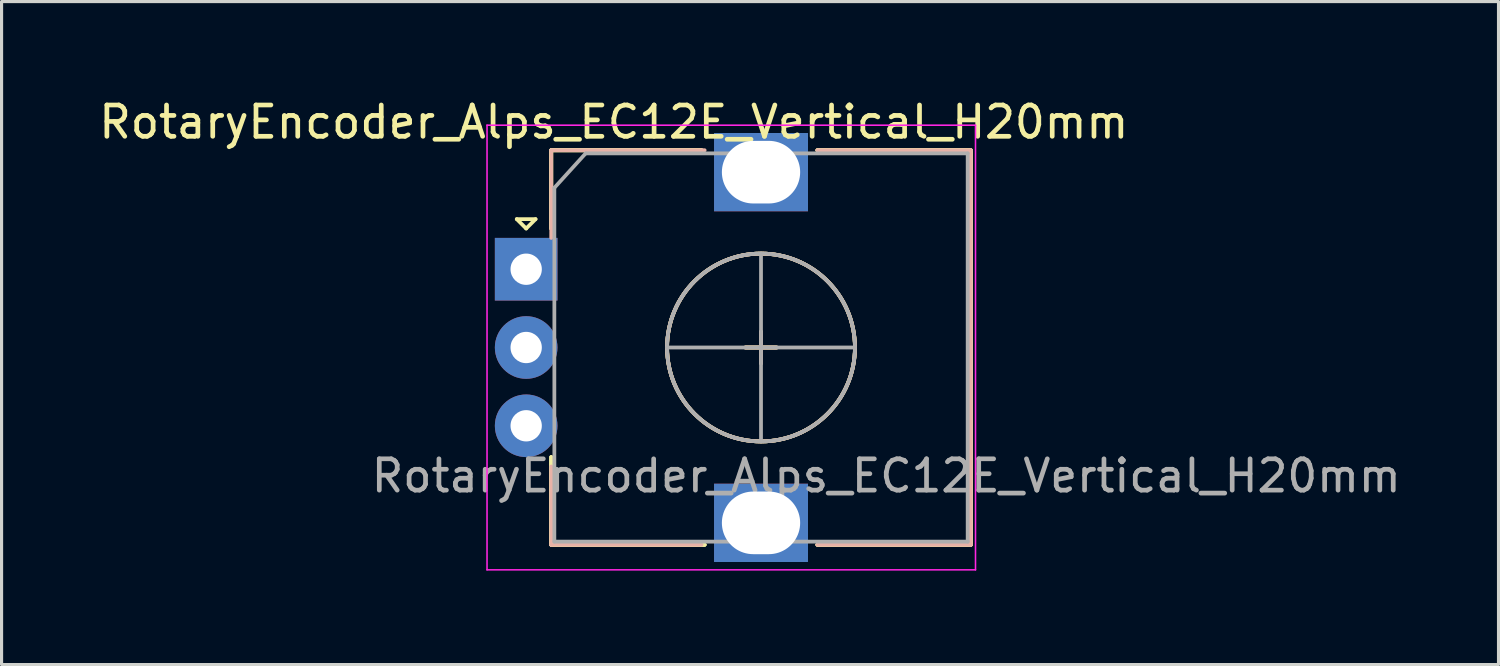
<source format=kicad_pcb>
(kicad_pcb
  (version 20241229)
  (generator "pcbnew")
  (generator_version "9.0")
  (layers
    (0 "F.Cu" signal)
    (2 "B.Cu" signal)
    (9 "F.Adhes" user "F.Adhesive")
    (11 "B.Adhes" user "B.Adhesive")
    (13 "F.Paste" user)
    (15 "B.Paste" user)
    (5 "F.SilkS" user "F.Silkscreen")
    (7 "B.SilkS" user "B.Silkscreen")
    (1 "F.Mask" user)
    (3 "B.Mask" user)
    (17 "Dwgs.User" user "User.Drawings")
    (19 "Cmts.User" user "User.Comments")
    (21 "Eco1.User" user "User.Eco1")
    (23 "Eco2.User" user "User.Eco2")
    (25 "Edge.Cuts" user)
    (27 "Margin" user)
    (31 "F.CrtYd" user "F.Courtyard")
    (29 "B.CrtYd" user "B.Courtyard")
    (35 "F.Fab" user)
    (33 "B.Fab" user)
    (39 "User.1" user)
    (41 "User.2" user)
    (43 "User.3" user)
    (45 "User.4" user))
  (footprint "RotaryEncoder_Alps_EC12E_Vertical_H20mm"
    (layer "F.Cu")
    (at 13.754 5.548)
    (property "Reference" "RotaryEncoder_Alps_EC12E_Vertical_H20mm" (at 2.8 -4.7 180) (layer "F.SilkS") (effects (font (size 1 1) (thickness 0.15))))
    (attr through_hole)
    (fp_line (start -0.3 -1.6) (end 0.3 -1.6) (stroke (width 0.12) (type solid)) (layer "F.SilkS"))
    (fp_line (start 0 -1.3) (end -0.3 -1.6) (stroke (width 0.12) (type solid)) (layer "F.SilkS"))
    (fp_line (start 0.3 -1.6) (end 0 -1.3) (stroke (width 0.12) (type solid)) (layer "F.SilkS"))
    (fp_line (start 0.8 -3.8) (end 0.8 -1.3) (stroke (width 0.12) (type solid)) (layer "F.SilkS"))
    (fp_line (start 0.8 -3.8) (end 0.8 -1.3) (stroke (width 0.12) (type solid)) (layer "F.SilkS"))
    (fp_line (start 0.8 -3.8) (end 0.8 -1.3) (stroke (width 0.12) (type solid)) (layer "F.SilkS"))
    (fp_line (start 0.8 8.8) (end 0.8 6) (stroke (width 0.12) (type solid)) (layer "F.SilkS"))
    (fp_line (start 0.8 8.8) (end 0.8 6) (stroke (width 0.12) (type solid)) (layer "F.SilkS"))
    (fp_line (start 0.8 8.8) (end 0.8 6) (stroke (width 0.12) (type solid)) (layer "F.SilkS"))
    (fp_line (start 5.6 -3.8) (end 0.8 -3.8) (stroke (width 0.12) (type solid)) (layer "F.SilkS"))
    (fp_line (start 5.6 -3.8) (end 0.8 -3.8) (stroke (width 0.12) (type solid)) (layer "F.SilkS"))
    (fp_line (start 5.6 -3.8) (end 0.8 -3.8) (stroke (width 0.12) (type solid)) (layer "F.SilkS"))
    (fp_line (start 5.7 8.8) (end 0.8 8.8) (stroke (width 0.12) (type solid)) (layer "F.SilkS"))
    (fp_line (start 5.7 8.8) (end 0.8 8.8) (stroke (width 0.12) (type solid)) (layer "F.SilkS"))
    (fp_line (start 5.7 8.8) (end 0.8 8.8) (stroke (width 0.12) (type solid)) (layer "F.SilkS"))
    (fp_line (start 7 2.5) (end 8 2.5) (stroke (width 0.12) (type solid)) (layer "F.SilkS"))
    (fp_line (start 7 2.5) (end 8 2.5) (stroke (width 0.12) (type solid)) (layer "F.SilkS"))
    (fp_line (start 7.5 2) (end 7.5 3) (stroke (width 0.12) (type solid)) (layer "F.SilkS"))
    (fp_line (start 7.5 2) (end 7.5 3) (stroke (width 0.12) (type solid)) (layer "F.SilkS"))
    (fp_line (start 9.3 -3.8) (end 14.2 -3.8) (stroke (width 0.12) (type solid)) (layer "F.SilkS"))
    (fp_line (start 9.3 -3.8) (end 14.2 -3.8) (stroke (width 0.12) (type solid)) (layer "F.SilkS"))
    (fp_line (start 9.3 -3.8) (end 14.2 -3.8) (stroke (width 0.12) (type solid)) (layer "F.SilkS"))
    (fp_line (start 14.2 -3.8) (end 14.2 8.8) (stroke (width 0.12) (type solid)) (layer "F.SilkS"))
    (fp_line (start 14.2 -3.8) (end 14.2 8.8) (stroke (width 0.12) (type solid)) (layer "F.SilkS"))
    (fp_line (start 14.2 -3.8) (end 14.2 8.8) (stroke (width 0.12) (type solid)) (layer "F.SilkS"))
    (fp_line (start 14.2 8.8) (end 9.3 8.8) (stroke (width 0.12) (type solid)) (layer "F.SilkS"))
    (fp_line (start 14.2 8.8) (end 9.3 8.8) (stroke (width 0.12) (type solid)) (layer "F.SilkS"))
    (fp_line (start 14.2 8.8) (end 9.3 8.8) (stroke (width 0.12) (type solid)) (layer "F.SilkS"))
    (fp_circle (center 7.5 2.5) (end 10.5 2.5) (stroke (width 0.12) (type solid)) (fill no) (layer "F.SilkS"))
    (fp_circle (center 7.5 2.5) (end 10.5 2.5) (stroke (width 0.12) (type solid)) (fill no) (layer "F.SilkS"))
    (fp_line (start 0.8 -3.8) (end 0.8 -1) (stroke (width 0.12) (type solid)) (layer "B.SilkS"))
    (fp_line (start 0.8 8.8) (end 0.8 6.3) (stroke (width 0.12) (type solid)) (layer "B.SilkS"))
    (fp_line (start 5.6 8.8) (end 0.8 8.8) (stroke (width 0.12) (type solid)) (layer "B.SilkS"))
    (fp_line (start 5.7 -3.8) (end 0.8 -3.8) (stroke (width 0.12) (type solid)) (layer "B.SilkS"))
    (fp_line (start 7 2.5) (end 8 2.5) (stroke (width 0.12) (type solid)) (layer "B.SilkS"))
    (fp_line (start 7.5 3) (end 7.5 2) (stroke (width 0.12) (type solid)) (layer "B.SilkS"))
    (fp_line (start 9.3 8.8) (end 14.2 8.8) (stroke (width 0.12) (type solid)) (layer "B.SilkS"))
    (fp_line (start 14.2 -3.8) (end 9.3 -3.8) (stroke (width 0.12) (type solid)) (layer "B.SilkS"))
    (fp_line (start 14.2 8.8) (end 14.2 -3.8) (stroke (width 0.12) (type solid)) (layer "B.SilkS"))
    (fp_circle (center 7.5 2.5) (end 10.5 2.5) (stroke (width 0.12) (type solid)) (fill no) (layer "B.SilkS"))
    (fp_line (start -1.25 -4.6) (end -1.25 9.6) (stroke (width 0.05) (type solid)) (layer "F.CrtYd"))
    (fp_line (start -1.25 -4.6) (end 14.35 -4.6) (stroke (width 0.05) (type solid)) (layer "F.CrtYd"))
    (fp_line (start 14.35 9.6) (end -1.25 9.6) (stroke (width 0.05) (type solid)) (layer "F.CrtYd"))
    (fp_line (start 14.35 9.6) (end 14.35 -4.6) (stroke (width 0.05) (type solid)) (layer "F.CrtYd"))
    (fp_line (start 0.9 -2.6) (end 1.9 -3.7) (stroke (width 0.12) (type solid)) (layer "F.Fab"))
    (fp_line (start 0.9 8.7) (end 0.9 -2.6) (stroke (width 0.12) (type solid)) (layer "F.Fab"))
    (fp_line (start 1.9 -3.7) (end 14.1 -3.7) (stroke (width 0.12) (type solid)) (layer "F.Fab"))
    (fp_line (start 4.5 2.5) (end 10.5 2.5) (stroke (width 0.12) (type solid)) (layer "F.Fab"))
    (fp_line (start 7.5 -0.5) (end 7.5 5.5) (stroke (width 0.12) (type solid)) (layer "F.Fab"))
    (fp_line (start 14.1 -3.7) (end 14.1 8.7) (stroke (width 0.12) (type solid)) (layer "F.Fab"))
    (fp_line (start 14.1 8.7) (end 0.9 8.7) (stroke (width 0.12) (type solid)) (layer "F.Fab"))
    (fp_circle (center 7.5 2.5) (end 10.5 2.5) (stroke (width 0.12) (type solid)) (fill no) (layer "F.Fab"))
    (fp_text user "${REFERENCE}" (at 11.5 6.6 180) (layer "F.Fab") (effects (font (size 1 1) (thickness 0.15))))
    (pad "A" thru_hole rect (at 0 0) (size 2 2) (drill 1) (layers "*.Cu" "*.Mask"))
    (pad "B" thru_hole circle (at 0 5) (size 2 2) (drill 1) (layers "*.Cu" "*.Mask"))
    (pad "C" thru_hole circle (at 0 2.5) (size 2 2) (drill 1) (layers "*.Cu" "*.Mask"))
    (pad "MP" thru_hole rect (at 7.5 -3.1) (size 3 2.5) (drill oval 2.5 2) (layers "*.Cu" "*.Mask"))
    (pad "MP" thru_hole rect (at 7.5 8.1) (size 3 2.5) (drill oval 2.5 2) (layers "*.Cu" "*.Mask")))
  (gr_rect
    (start -3 -3)
    (end 44.807 18.173)
    (stroke (width 0.1) (type default))
    (fill no)
    (layer "Edge.Cuts")))
</source>
